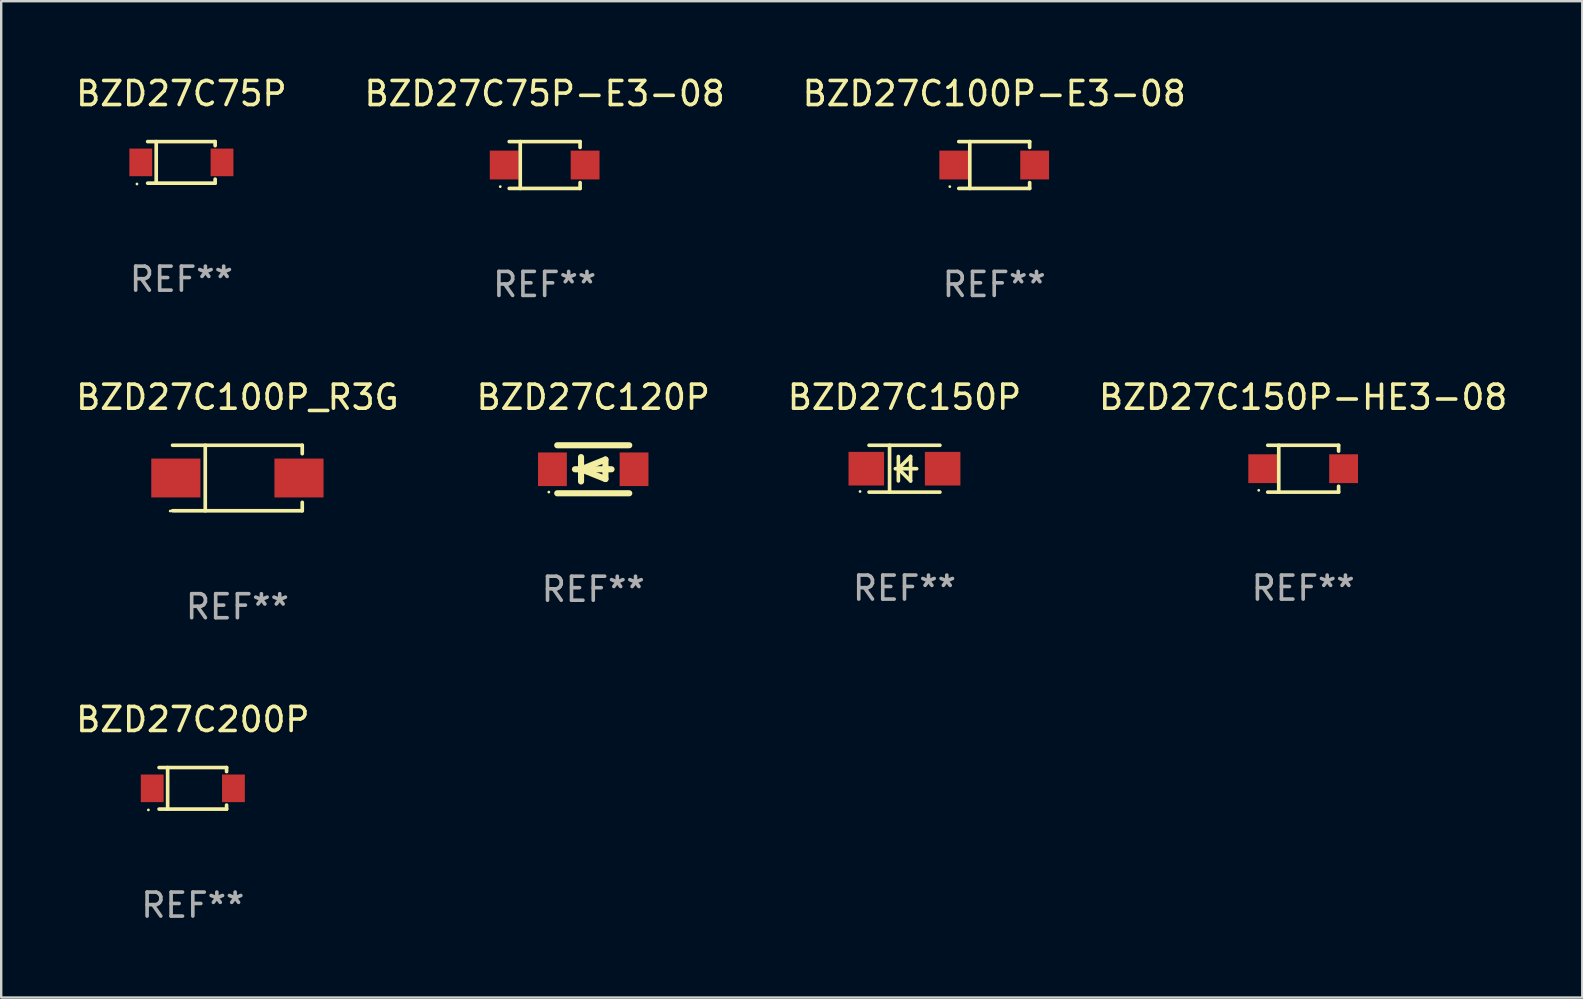
<source format=kicad_pcb>
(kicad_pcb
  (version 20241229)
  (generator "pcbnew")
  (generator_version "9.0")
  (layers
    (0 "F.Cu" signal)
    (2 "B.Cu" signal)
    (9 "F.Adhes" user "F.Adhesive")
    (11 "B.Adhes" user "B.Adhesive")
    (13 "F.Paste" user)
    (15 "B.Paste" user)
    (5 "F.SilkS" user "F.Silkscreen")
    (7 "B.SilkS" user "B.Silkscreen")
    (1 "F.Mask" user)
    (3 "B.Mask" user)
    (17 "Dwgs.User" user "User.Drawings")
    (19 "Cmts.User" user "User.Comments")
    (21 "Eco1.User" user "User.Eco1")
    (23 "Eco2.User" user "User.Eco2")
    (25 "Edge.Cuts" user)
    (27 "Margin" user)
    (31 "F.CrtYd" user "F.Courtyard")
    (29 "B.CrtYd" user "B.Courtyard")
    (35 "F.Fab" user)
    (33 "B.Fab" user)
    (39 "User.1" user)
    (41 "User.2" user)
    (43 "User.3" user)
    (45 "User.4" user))
  (footprint "BZD27C75P-E3-08"
    (layer "F.Cu")
    (at 19.637 3.824)
    (property "Reference" "BZD27C75P-E3-08" (at 0 -2.976 0) (layer "F.SilkS") (effects (font (size 1 1) (thickness 0.15))))
    (attr through_hole)
    (fp_line (start -1.476 -0.976) (end 1.476 -0.976) (stroke (width 0.152) (type solid)) (layer "F.SilkS"))
    (fp_line (start -1.476 0.976) (end 1.476 0.976) (stroke (width 0.152) (type solid)) (layer "F.SilkS"))
    (fp_line (start -1.017 -0.976) (end -1.017 0.976) (stroke (width 0.152) (type solid)) (layer "F.SilkS"))
    (fp_line (start 1.476 -0.976) (end 1.476 -0.733) (stroke (width 0.152) (type solid)) (layer "F.SilkS"))
    (fp_line (start 1.476 0.976) (end 1.476 0.733) (stroke (width 0.152) (type solid)) (layer "F.SilkS"))
    (fp_circle (center -1.85 0.9) (end -1.82 0.9) (stroke (width 0.06) (type solid)) (fill no) (layer "F.SilkS"))
    (fp_text user "REF**" (at 0 4.976 0) (layer "F.Fab") (effects (font (size 1 1) (thickness 0.15))))
    (pad "1" smd rect (at -1.685 0) (size 1.2 1.2) (layers "F.Cu" "F.Mask" "F.Paste"))
    (pad "2" smd rect (at 1.685 0) (size 1.2 1.2) (layers "F.Cu" "F.Mask" "F.Paste")))
  (footprint "BZD27C150P-HE3-08"
    (layer "F.Cu")
    (at 51.232 16.473)
    (property "Reference" "BZD27C150P-HE3-08" (at 0 -2.976 0) (layer "F.SilkS") (effects (font (size 1 1) (thickness 0.15))))
    (attr through_hole)
    (fp_line (start -1.476 -0.976) (end 1.476 -0.976) (stroke (width 0.152) (type solid)) (layer "F.SilkS"))
    (fp_line (start -1.476 0.976) (end 1.476 0.976) (stroke (width 0.152) (type solid)) (layer "F.SilkS"))
    (fp_line (start -1.017 -0.976) (end -1.017 0.976) (stroke (width 0.152) (type solid)) (layer "F.SilkS"))
    (fp_line (start 1.476 -0.976) (end 1.476 -0.733) (stroke (width 0.152) (type solid)) (layer "F.SilkS"))
    (fp_line (start 1.476 0.976) (end 1.476 0.733) (stroke (width 0.152) (type solid)) (layer "F.SilkS"))
    (fp_circle (center -1.85 0.9) (end -1.82 0.9) (stroke (width 0.06) (type solid)) (fill no) (layer "F.SilkS"))
    (fp_text user "REF**" (at 0 4.976 0) (layer "F.Fab") (effects (font (size 1 1) (thickness 0.15))))
    (pad "1" smd rect (at -1.685 0) (size 1.2 1.2) (layers "F.Cu" "F.Mask" "F.Paste"))
    (pad "2" smd rect (at 1.685 0) (size 1.2 1.2) (layers "F.Cu" "F.Mask" "F.Paste")))
  (footprint "BZD27C200P"
    (layer "F.Cu")
    (at 4.982 29.787)
    (property "Reference" "BZD27C200P" (at 0 -2.866 0) (layer "F.SilkS") (effects (font (size 1 1) (thickness 0.15))))
    (attr through_hole)
    (fp_line (start -1.406 -0.866) (end 1.406 -0.866) (stroke (width 0.152) (type solid)) (layer "F.SilkS"))
    (fp_line (start -1.406 0.866) (end 1.406 0.866) (stroke (width 0.152) (type solid)) (layer "F.SilkS"))
    (fp_line (start -1.049 -0.866) (end -1.049 0.866) (stroke (width 0.152) (type solid)) (layer "F.SilkS"))
    (fp_line (start 1.406 -0.866) (end 1.406 -0.698) (stroke (width 0.152) (type solid)) (layer "F.SilkS"))
    (fp_line (start 1.406 0.866) (end 1.406 0.698) (stroke (width 0.152) (type solid)) (layer "F.SilkS"))
    (fp_circle (center -1.851 0.9) (end -1.821 0.9) (stroke (width 0.06) (type solid)) (fill no) (layer "F.SilkS"))
    (fp_text user "REF**" (at 0 4.866 0) (layer "F.Fab") (effects (font (size 1 1) (thickness 0.15))))
    (pad "1" smd rect (at -1.692 0) (size 0.95 1.15) (layers "F.Cu" "F.Mask" "F.Paste"))
    (pad "2" smd rect (at 1.692 0) (size 0.95 1.15) (layers "F.Cu" "F.Mask" "F.Paste")))
  (footprint "BZD27C120P"
    (layer "F.Cu")
    (at 21.661 16.497)
    (property "Reference" "BZD27C120P" (at 0 -3 0) (layer "F.SilkS") (effects (font (size 1 1) (thickness 0.15))))
    (attr through_hole)
    (fp_line (start -1.5 -1) (end 1.5 -1) (stroke (width 0.254) (type solid)) (layer "F.SilkS"))
    (fp_line (start -1.5 1) (end 1.5 1) (stroke (width 0.254) (type solid)) (layer "F.SilkS"))
    (fp_line (start -0.762 0) (end 0.762 0) (stroke (width 0.254) (type solid)) (layer "F.SilkS"))
    (fp_line (start -0.508 0) (end 0.508 0.406) (stroke (width 0.254) (type solid)) (layer "F.SilkS"))
    (fp_line (start -0.508 0.508) (end -0.508 -0.508) (stroke (width 0.254) (type solid)) (layer "F.SilkS"))
    (fp_line (start 0.508 -0.406) (end -0.508 0) (stroke (width 0.254) (type solid)) (layer "F.SilkS"))
    (fp_line (start 0.508 0.406) (end 0.508 -0.406) (stroke (width 0.254) (type solid)) (layer "F.SilkS"))
    (fp_circle (center -1.85 0.95) (end -1.82 0.95) (stroke (width 0.06) (type solid)) (fill no) (layer "F.SilkS"))
    (fp_text user "REF**" (at 0 5 0) (layer "F.Fab") (effects (font (size 1 1) (thickness 0.15))))
    (pad "1" smd rect (at -1.7 -0.000025) (size 1.2 1.4) (layers "F.Cu" "F.Mask" "F.Paste"))
    (pad "2" smd rect (at 1.7 -0.000025) (size 1.2 1.4) (layers "F.Cu" "F.Mask" "F.Paste")))
  (footprint "BZD27C100P_R3G"
    (layer "F.Cu")
    (at 6.839 16.861)
    (property "Reference" "BZD27C100P_R3G" (at 0 -3.364 0) (layer "F.SilkS") (effects (font (size 1 1) (thickness 0.15))))
    (attr through_hole)
    (fp_line (start -2.701 -1.364) (end 2.701 -1.364) (stroke (width 0.152) (type solid)) (layer "F.SilkS"))
    (fp_line (start -2.701 1.364) (end 2.701 1.364) (stroke (width 0.152) (type solid)) (layer "F.SilkS"))
    (fp_line (start -1.339 -1.364) (end -1.339 1.364) (stroke (width 0.152) (type solid)) (layer "F.SilkS"))
    (fp_line (start 2.701 -1.364) (end 2.701 -1.013) (stroke (width 0.152) (type solid)) (layer "F.SilkS"))
    (fp_line (start 2.701 1.364) (end 2.701 1.013) (stroke (width 0.152) (type solid)) (layer "F.SilkS"))
    (fp_circle (center -2.8 1.375) (end -2.77 1.375) (stroke (width 0.06) (type solid)) (fill no) (layer "F.SilkS"))
    (fp_text user "REF**" (at 0 5.364 0) (layer "F.Fab") (effects (font (size 1 1) (thickness 0.15))))
    (pad "1" smd rect (at -2.565 -0.000025) (size 2.046 1.62) (layers "F.Cu" "F.Mask" "F.Paste"))
    (pad "2" smd rect (at 2.565 -0.000025) (size 2.046 1.62) (layers "F.Cu" "F.Mask" "F.Paste")))
  (footprint "BZD27C100P-E3-08"
    (layer "F.Cu")
    (at 38.363 3.824)
    (property "Reference" "BZD27C100P-E3-08" (at 0 -2.976 0) (layer "F.SilkS") (effects (font (size 1 1) (thickness 0.15))))
    (attr through_hole)
    (fp_line (start -1.476 -0.976) (end 1.476 -0.976) (stroke (width 0.152) (type solid)) (layer "F.SilkS"))
    (fp_line (start -1.476 0.976) (end 1.476 0.976) (stroke (width 0.152) (type solid)) (layer "F.SilkS"))
    (fp_line (start -1.017 -0.976) (end -1.017 0.976) (stroke (width 0.152) (type solid)) (layer "F.SilkS"))
    (fp_line (start 1.476 -0.976) (end 1.476 -0.733) (stroke (width 0.152) (type solid)) (layer "F.SilkS"))
    (fp_line (start 1.476 0.976) (end 1.476 0.733) (stroke (width 0.152) (type solid)) (layer "F.SilkS"))
    (fp_circle (center -1.85 0.9) (end -1.82 0.9) (stroke (width 0.06) (type solid)) (fill no) (layer "F.SilkS"))
    (fp_text user "REF**" (at 0 4.976 0) (layer "F.Fab") (effects (font (size 1 1) (thickness 0.15))))
    (pad "1" smd rect (at -1.685 0) (size 1.2 1.2) (layers "F.Cu" "F.Mask" "F.Paste"))
    (pad "2" smd rect (at 1.685 0) (size 1.2 1.2) (layers "F.Cu" "F.Mask" "F.Paste")))
  (footprint "BZD27C75P"
    (layer "F.Cu")
    (at 4.506 3.714)
    (property "Reference" "BZD27C75P" (at 0 -2.866 0) (layer "F.SilkS") (effects (font (size 1 1) (thickness 0.15))))
    (attr through_hole)
    (fp_line (start -1.406 -0.866) (end 1.406 -0.866) (stroke (width 0.152) (type solid)) (layer "F.SilkS"))
    (fp_line (start -1.406 0.866) (end 1.406 0.866) (stroke (width 0.152) (type solid)) (layer "F.SilkS"))
    (fp_line (start -1.049 -0.866) (end -1.049 0.866) (stroke (width 0.152) (type solid)) (layer "F.SilkS"))
    (fp_line (start 1.406 -0.866) (end 1.406 -0.698) (stroke (width 0.152) (type solid)) (layer "F.SilkS"))
    (fp_line (start 1.406 0.866) (end 1.406 0.698) (stroke (width 0.152) (type solid)) (layer "F.SilkS"))
    (fp_circle (center -1.851 0.9) (end -1.821 0.9) (stroke (width 0.06) (type solid)) (fill no) (layer "F.SilkS"))
    (fp_text user "REF**" (at 0 4.866 0) (layer "F.Fab") (effects (font (size 1 1) (thickness 0.15))))
    (pad "1" smd rect (at -1.692 0) (size 0.95 1.15) (layers "F.Cu" "F.Mask" "F.Paste"))
    (pad "2" smd rect (at 1.692 0) (size 0.95 1.15) (layers "F.Cu" "F.Mask" "F.Paste")))
  (footprint "BZD27C150P"
    (layer "F.Cu")
    (at 34.625 16.473)
    (property "Reference" "BZD27C150P" (at 0 -2.976 0) (layer "F.SilkS") (effects (font (size 1 1) (thickness 0.15))))
    (attr through_hole)
    (fp_line (start -0.621 0.976) (end -0.621 -0.976) (stroke (width 0.152) (type solid)) (layer "F.SilkS"))
    (fp_line (start -0.254 0.508) (end -0.254 -0.508) (stroke (width 0.152) (type solid)) (layer "F.SilkS"))
    (fp_line (start -0.209 0) (end -0.209 0.045) (stroke (width 0.152) (type solid)) (layer "F.SilkS"))
    (fp_line (start -0.209 0.045) (end 0.254 0.508) (stroke (width 0.152) (type solid)) (layer "F.SilkS"))
    (fp_line (start 0.254 -0.508) (end -0.254 0) (stroke (width 0.152) (type solid)) (layer "F.SilkS"))
    (fp_line (start 0.254 -0.381) (end 0.254 -0.508) (stroke (width 0.152) (type solid)) (layer "F.SilkS"))
    (fp_line (start 0.254 0.508) (end 0.254 -0.381) (stroke (width 0.152) (type solid)) (layer "F.SilkS"))
    (fp_line (start 0.508 0) (end -0.381 0) (stroke (width 0.152) (type solid)) (layer "F.SilkS"))
    (fp_line (start 1.476 -0.976) (end -1.476 -0.976) (stroke (width 0.152) (type solid)) (layer "F.SilkS"))
    (fp_line (start 1.476 0.976) (end -1.476 0.976) (stroke (width 0.152) (type solid)) (layer "F.SilkS"))
    (fp_circle (center -1.85 0.95) (end -1.82 0.95) (stroke (width 0.06) (type solid)) (fill no) (layer "F.SilkS"))
    (fp_text user "REF**" (at 0 4.976 0) (layer "F.Fab") (effects (font (size 1 1) (thickness 0.15))))
    (pad "1" smd rect (at -1.59 0 180) (size 1.48 1.4) (layers "F.Cu" "F.Mask" "F.Paste"))
    (pad "2" smd rect (at 1.59 0 180) (size 1.48 1.4) (layers "F.Cu" "F.Mask" "F.Paste")))
  (gr_rect
    (start -3 -3)
    (end 62.857 38.502)
    (stroke (width 0.1) (type default))
    (fill no)
    (layer "Edge.Cuts")))
</source>
